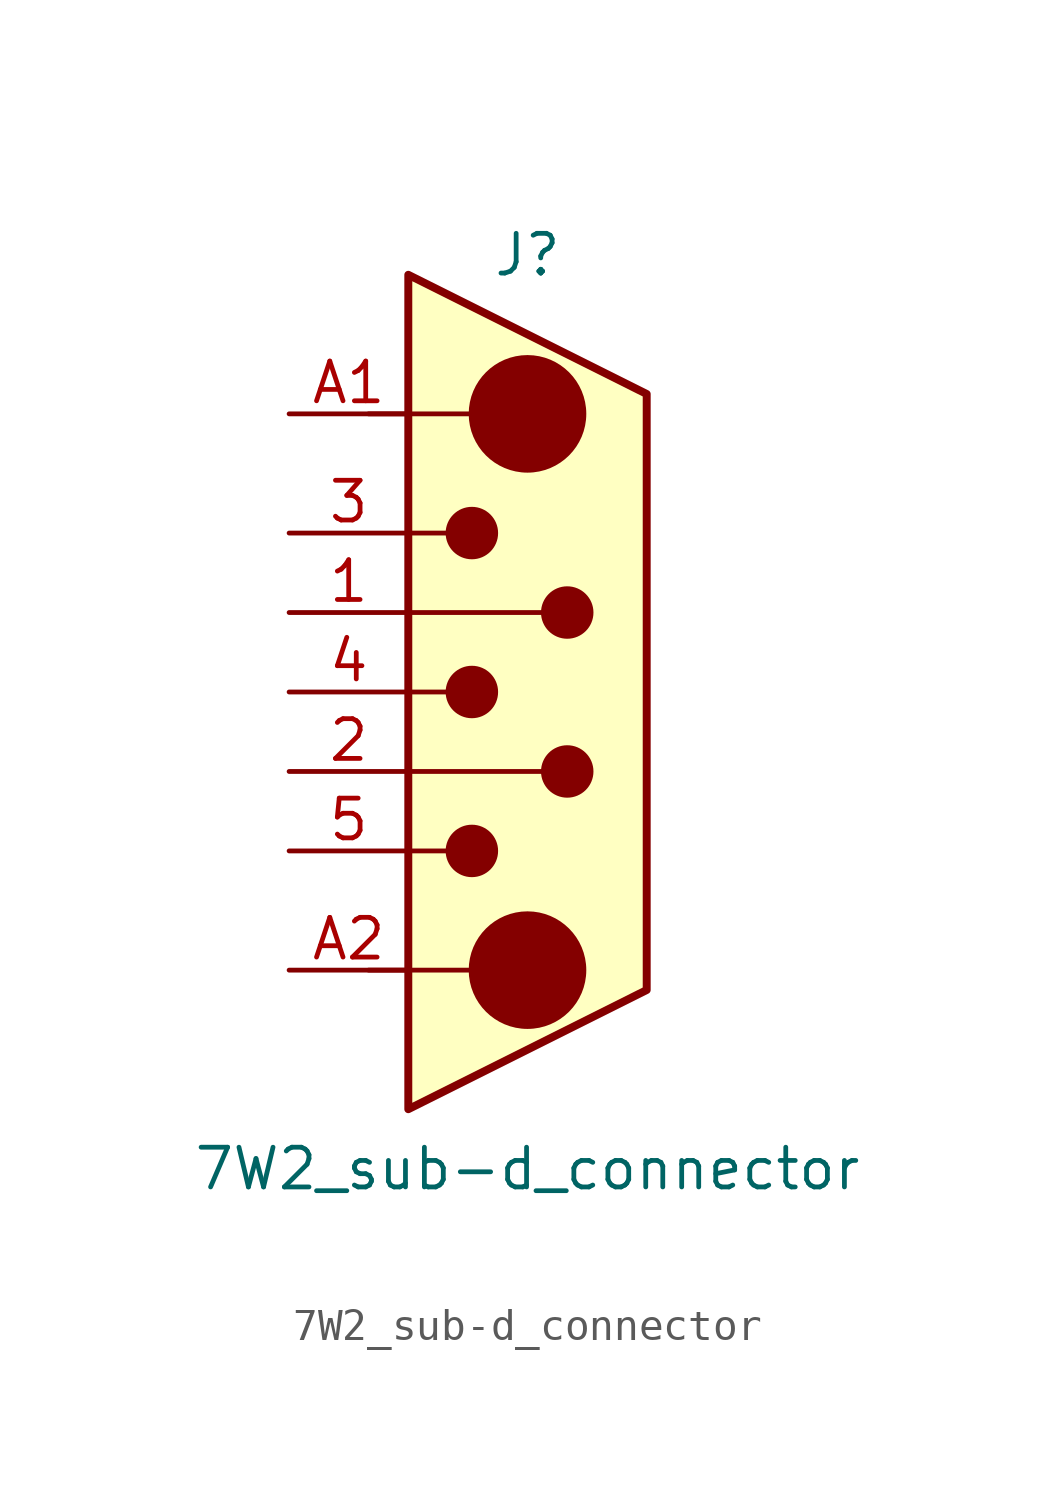
<source format=kicad_sym>
(kicad_symbol_lib
  (version 20220914)
  (generator kicad_symbol_editor)
  (symbol "7W2_sub-d_connector"
    (pin_names
      (offset 1.016) hide)
    (property "Reference" "J"
      (at 0 13.97 0)
      (effects (font (size 1.27 1.27))))
    (property "Value" "7W2_sub-d_connector"
      (at 0 -15.24 0)
      (effects (font (size 1.27 1.27))))
    (symbol "7W2_sub-d_connector_0_1"
      (circle (center 0 -8.89) (radius 1.803) (stroke (width 0) (type default)) (fill (type outline)))
      (circle (center 0 8.89) (radius 1.803) (stroke (width 0) (type default)) (fill (type outline))))
    (symbol "7W2_sub-d_connector_1_1"
      (circle (center -1.778 -5.08) (radius 0.762) (stroke (width 0) (type default)) (fill (type outline)))
      (circle (center -1.778 0) (radius 0.762) (stroke (width 0) (type default)) (fill (type outline)))
      (circle (center -1.778 5.08) (radius 0.762) (stroke (width 0) (type default)) (fill (type outline)))
      (polyline (pts (xy -5.08 -8.89) (xy -0.762 -8.89)) (stroke (width 0) (type default)) (fill (type none)))
      (polyline (pts (xy -5.08 8.89) (xy -0.762 8.89)) (stroke (width 0) (type default)) (fill (type none)))
      (polyline (pts (xy -3.81 -5.08) (xy -2.54 -5.08)) (stroke (width 0) (type default)) (fill (type none)))
      (polyline (pts (xy -3.81 -2.54) (xy 0.508 -2.54)) (stroke (width 0) (type default)) (fill (type none)))
      (polyline (pts (xy -3.81 0) (xy -2.54 0)) (stroke (width 0) (type default)) (fill (type none)))
      (polyline (pts (xy -3.81 2.54) (xy 0.508 2.54)) (stroke (width 0) (type default)) (fill (type none)))
      (polyline (pts (xy -3.81 5.08) (xy -2.54 5.08)) (stroke (width 0) (type default)) (fill (type none)))
      (polyline (pts (xy -3.81 -13.335) (xy -3.81 13.335) (xy 3.81 9.525) (xy 3.81 -9.525) (xy -3.81 -13.335)) (stroke (width 0.254) (type default)) (fill (type background)))
      (circle (center 1.27 -2.54) (radius 0.762) (stroke (width 0) (type default)) (fill (type outline)))
      (circle (center 1.27 2.54) (radius 0.762) (stroke (width 0) (type default)) (fill (type outline)))
      (pin passive line (at -7.62 2.54 0) (length 3.81) (name "1" (effects (font (size 1.27 1.27)))) (number "1" (effects (font (size 1.27 1.27)))))
      (pin passive line (at -7.62 -2.54 0) (length 3.81) (name "2" (effects (font (size 1.27 1.27)))) (number "2" (effects (font (size 1.27 1.27)))))
      (pin passive line (at -7.62 5.08 0) (length 3.81) (name "3" (effects (font (size 1.27 1.27)))) (number "3" (effects (font (size 1.27 1.27)))))
      (pin passive line (at -7.62 0 0) (length 3.81) (name "4" (effects (font (size 1.27 1.27)))) (number "4" (effects (font (size 1.27 1.27)))))
      (pin passive line (at -7.62 -5.08 0) (length 3.81) (name "5" (effects (font (size 1.27 1.27)))) (number "5" (effects (font (size 1.27 1.27)))))
      (pin passive line (at -7.62 8.89 0) (length 3.81) (name "A1" (effects (font (size 1.27 1.27)))) (number "A1" (effects (font (size 1.27 1.27)))))
      (pin passive line (at -7.62 -8.89 0) (length 3.81) (name "A2" (effects (font (size 1.27 1.27)))) (number "A2" (effects (font (size 1.27 1.27))))))))
</source>
